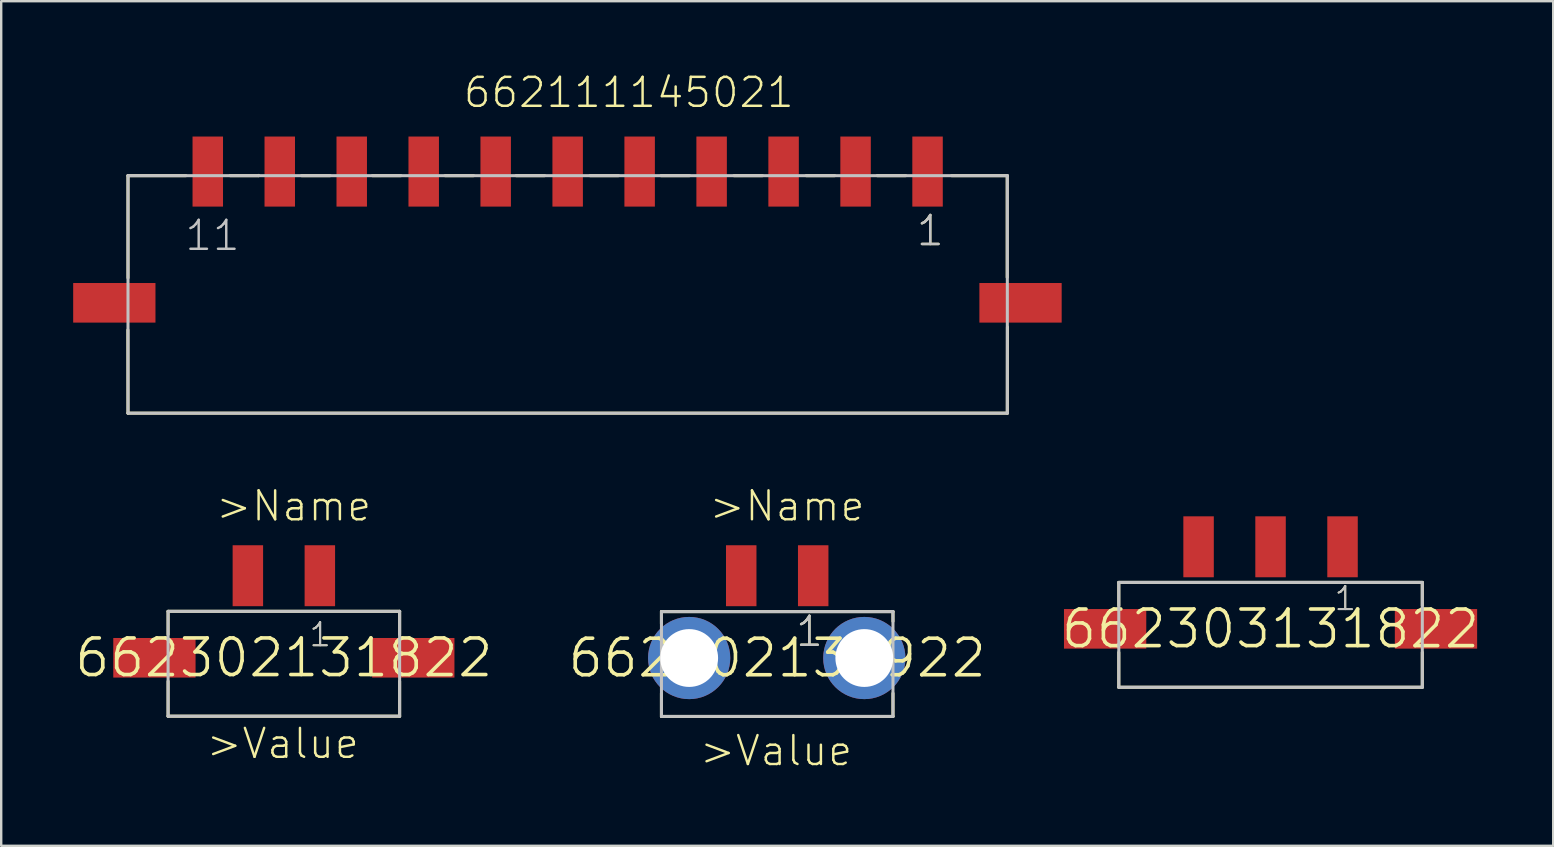
<source format=kicad_pcb>
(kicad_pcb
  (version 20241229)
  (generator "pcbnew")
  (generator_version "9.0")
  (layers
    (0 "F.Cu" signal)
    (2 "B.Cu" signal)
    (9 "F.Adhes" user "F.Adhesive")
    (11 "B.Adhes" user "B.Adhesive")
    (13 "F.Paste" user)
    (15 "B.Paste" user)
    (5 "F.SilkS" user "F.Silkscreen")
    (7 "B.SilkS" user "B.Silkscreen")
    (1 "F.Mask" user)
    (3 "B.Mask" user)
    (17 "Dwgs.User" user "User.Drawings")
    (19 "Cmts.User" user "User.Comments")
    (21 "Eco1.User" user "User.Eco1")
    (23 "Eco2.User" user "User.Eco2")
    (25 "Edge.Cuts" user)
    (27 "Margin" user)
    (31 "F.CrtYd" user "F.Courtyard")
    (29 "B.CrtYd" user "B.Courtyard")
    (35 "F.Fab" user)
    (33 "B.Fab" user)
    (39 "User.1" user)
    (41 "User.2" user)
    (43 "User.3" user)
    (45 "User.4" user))
  (footprint "662303131822"
    (layer "F.Cu")
    (at 49.906 23.16)
    (property "Reference" "662303131822" (at 0 0 0) (layer "F.SilkS") (effects (font (size 1.524 1.524) (thickness 0.15))))
    (attr through_hole)
    (fp_line (start -6.325 -1.935) (end 6.325 -1.935) (stroke (width 0.127) (type solid)) (layer "F.SilkS"))
    (fp_line (start -6.325 -0.97) (end -6.325 -1.935) (stroke (width 0.127) (type solid)) (layer "F.SilkS"))
    (fp_line (start -6.325 0.98) (end -6.325 2.435) (stroke (width 0.127) (type solid)) (layer "F.SilkS"))
    (fp_line (start -6.325 2.435) (end 6.325 2.435) (stroke (width 0.127) (type solid)) (layer "F.SilkS"))
    (fp_line (start 6.325 -1.935) (end 6.325 -0.97) (stroke (width 0.127) (type solid)) (layer "F.SilkS"))
    (fp_line (start 6.325 2.435) (end 6.325 0.98) (stroke (width 0.127) (type solid)) (layer "F.SilkS"))
    (fp_line (start -6.325 -1.935) (end -6.325 2.435) (stroke (width 0.127) (type solid)) (layer "Dwgs.User"))
    (fp_line (start -6.325 -1.935) (end 6.325 -1.935) (stroke (width 0.127) (type solid)) (layer "Dwgs.User"))
    (fp_line (start -6.325 2.435) (end 6.325 2.435) (stroke (width 0.127) (type solid)) (layer "Dwgs.User"))
    (fp_line (start 6.325 2.435) (end 6.325 -1.935) (stroke (width 0.127) (type solid)) (layer "Dwgs.User"))
    (fp_text user "" (at -4.8 4.38 0) (layer "F.SilkS") (effects (font (size 1.206 1.206) (thickness 0.102)) (justify left bottom)))
    (fp_text user "1" (at 2.6 -0.7 0) (layer "F.SilkS") (effects (font (size 0.965 0.965) (thickness 0.081)) (justify left bottom)))
    (fp_text user "" (at -4.4 -5.62 0) (layer "F.SilkS") (effects (font (size 1.206 1.206) (thickness 0.102)) (justify left bottom)))
    (fp_text user "1" (at 2.6 -0.7 0) (layer "Dwgs.User") (effects (font (size 0.965 0.965) (thickness 0.081)) (justify left bottom)))
    (pad "1" smd rect (at 3 -3.42 90) (size 2.54 1.27) (layers "F.Cu" "F.Mask" "F.Paste"))
    (pad "2" smd rect (at 0 -3.42 90) (size 2.54 1.27) (layers "F.Cu" "F.Mask" "F.Paste"))
    (pad "3" smd rect (at -3 -3.42 90) (size 2.54 1.27) (layers "F.Cu" "F.Mask" "F.Paste"))
    (pad "Z1" smd rect (at -6.895 0) (size 3.43 1.65) (layers "F.Cu" "F.Mask" "F.Paste"))
    (pad "Z2" smd rect (at 6.895 0) (size 3.43 1.65) (layers "F.Cu" "F.Mask" "F.Paste")))
  (footprint "662302135922"
    (layer "F.Cu")
    (at 29.344 24.376)
    (property "Reference" "662302135922" (at 0 0 0) (layer "F.SilkS") (effects (font (size 1.524 1.524) (thickness 0.15))))
    (attr through_hole)
    (fp_line (start -4.825 -1.935) (end 4.825 -1.935) (stroke (width 0.127) (type solid)) (layer "F.SilkS"))
    (fp_line (start -4.825 -1.43) (end -4.825 -1.935) (stroke (width 0.127) (type solid)) (layer "F.SilkS"))
    (fp_line (start -4.825 1.47) (end -4.825 2.435) (stroke (width 0.127) (type solid)) (layer "F.SilkS"))
    (fp_line (start -4.825 2.435) (end 4.825 2.435) (stroke (width 0.127) (type solid)) (layer "F.SilkS"))
    (fp_line (start 4.825 -1.935) (end 4.825 -1.53) (stroke (width 0.127) (type solid)) (layer "F.SilkS"))
    (fp_line (start 4.825 2.435) (end 4.825 1.47) (stroke (width 0.127) (type solid)) (layer "F.SilkS"))
    (fp_line (start -4.825 -1.935) (end -4.825 2.435) (stroke (width 0.127) (type solid)) (layer "Dwgs.User"))
    (fp_line (start -4.825 -1.935) (end 4.825 -1.935) (stroke (width 0.127) (type solid)) (layer "Dwgs.User"))
    (fp_line (start -4.825 2.435) (end 4.825 2.435) (stroke (width 0.127) (type solid)) (layer "Dwgs.User"))
    (fp_line (start 4.825 2.435) (end 4.825 -1.935) (stroke (width 0.127) (type solid)) (layer "Dwgs.User"))
    (fp_text user ">Value" (at -3.3 4.57 0) (layer "F.SilkS") (effects (font (size 1.206 1.206) (thickness 0.102)) (justify left bottom)))
    (fp_text user "1" (at 0.7 -0.4 0) (layer "F.SilkS") (effects (font (size 1.206 1.206) (thickness 0.102)) (justify left bottom)))
    (fp_text user ">Name" (at -2.9 -5.63 0) (layer "F.SilkS") (effects (font (size 1.206 1.206) (thickness 0.102)) (justify left bottom)))
    (fp_text user "1" (at 0.7 -0.4 0) (layer "Dwgs.User") (effects (font (size 1.206 1.206) (thickness 0.102)) (justify left bottom)))
    (pad "1" smd rect (at 1.5 -3.43 90) (size 2.54 1.27) (layers "F.Cu" "F.Mask" "F.Paste"))
    (pad "2" smd rect (at -1.5 -3.43 90) (size 2.54 1.27) (layers "F.Cu" "F.Mask" "F.Paste"))
    (pad "Z1" thru_hole circle (at -3.67 0) (size 3.426 3.426) (drill 2.41) (layers "*.Cu" "*.Mask"))
    (pad "Z2" thru_hole circle (at 3.63 0) (size 3.426 3.426) (drill 2.41) (layers "*.Cu" "*.Mask")))
  (footprint "662111145021"
    (layer "F.Cu")
    (at 20.61 9.571)
    (property "Reference" "662111145021" (at -4.41 -8.06 0) (layer "F.SilkS") (effects (font (size 1.206 1.206) (thickness 0.102)) (justify left bottom)))
    (attr through_hole)
    (fp_line (start -18.33 1.13) (end -18.325 4.6) (stroke (width 0.127) (type solid)) (layer "F.SilkS"))
    (fp_line (start -18.325 -5.3) (end -18.325 -1.04) (stroke (width 0.127) (type solid)) (layer "F.SilkS"))
    (fp_line (start -18.325 4.6) (end 18.325 4.6) (stroke (width 0.127) (type solid)) (layer "F.SilkS"))
    (fp_line (start -15.91 -5.3) (end -18.325 -5.3) (stroke (width 0.127) (type solid)) (layer "F.SilkS"))
    (fp_line (start -14.07 -5.3) (end -12.88 -5.3) (stroke (width 0.127) (type solid)) (layer "F.SilkS"))
    (fp_line (start -12.88 -5.3) (end -12.88 -5.31) (stroke (width 0.127) (type solid)) (layer "F.SilkS"))
    (fp_line (start -11.09 -5.3) (end -9.9 -5.3) (stroke (width 0.127) (type solid)) (layer "F.SilkS"))
    (fp_line (start -8.14 -5.3) (end -6.95 -5.3) (stroke (width 0.127) (type solid)) (layer "F.SilkS"))
    (fp_line (start -5.11 -5.3) (end -3.92 -5.3) (stroke (width 0.127) (type solid)) (layer "F.SilkS"))
    (fp_line (start -2.15 -5.3) (end -0.96 -5.3) (stroke (width 0.127) (type solid)) (layer "F.SilkS"))
    (fp_line (start 0.93 -5.3) (end 2.12 -5.3) (stroke (width 0.127) (type solid)) (layer "F.SilkS"))
    (fp_line (start 3.89 -5.3) (end 5.08 -5.3) (stroke (width 0.127) (type solid)) (layer "F.SilkS"))
    (fp_line (start 6.93 -5.3) (end 8.12 -5.3) (stroke (width 0.127) (type solid)) (layer "F.SilkS"))
    (fp_line (start 9.94 -5.3) (end 11.13 -5.3) (stroke (width 0.127) (type solid)) (layer "F.SilkS"))
    (fp_line (start 12.9 -5.3) (end 14.09 -5.3) (stroke (width 0.127) (type solid)) (layer "F.SilkS"))
    (fp_line (start 16 -5.3) (end 18.32 -5.3) (stroke (width 0.127) (type solid)) (layer "F.SilkS"))
    (fp_line (start 18.32 -5.3) (end 18.32 -1.06) (stroke (width 0.127) (type solid)) (layer "F.SilkS"))
    (fp_line (start 18.325 4.6) (end 18.33 1.01) (stroke (width 0.127) (type solid)) (layer "F.SilkS"))
    (fp_line (start -18.325 -5.3) (end 18.325 -5.3) (stroke (width 0.127) (type solid)) (layer "Dwgs.User"))
    (fp_line (start -18.325 4.6) (end -18.325 -5.3) (stroke (width 0.127) (type solid)) (layer "Dwgs.User"))
    (fp_line (start 18.325 -5.3) (end 18.325 4.6) (stroke (width 0.127) (type solid)) (layer "Dwgs.User"))
    (fp_line (start 18.325 4.6) (end -18.325 4.6) (stroke (width 0.127) (type solid)) (layer "Dwgs.User"))
    (fp_text user "1" (at 14.47 -2.3 0) (layer "F.SilkS") (effects (font (size 1.206 1.206) (thickness 0.102)) (justify left bottom)))
    (fp_text user "1" (at 14.47 -2.3 0) (layer "Dwgs.User") (effects (font (size 1.206 1.206) (thickness 0.102)) (justify left bottom)))
    (fp_text user "11" (at -16.02 -2.1 0) (layer "Dwgs.User") (effects (font (size 1.206 1.206) (thickness 0.102)) (justify left bottom)))
    (pad "1" smd rect (at 15 -5.47 90) (size 2.92 1.27) (layers "F.Cu" "F.Mask" "F.Paste"))
    (pad "2" smd rect (at 12 -5.47 90) (size 2.92 1.27) (layers "F.Cu" "F.Mask" "F.Paste"))
    (pad "3" smd rect (at 9 -5.47 90) (size 2.92 1.27) (layers "F.Cu" "F.Mask" "F.Paste"))
    (pad "4" smd rect (at 6 -5.47 90) (size 2.92 1.27) (layers "F.Cu" "F.Mask" "F.Paste"))
    (pad "5" smd rect (at 3 -5.47 90) (size 2.92 1.27) (layers "F.Cu" "F.Mask" "F.Paste"))
    (pad "6" smd rect (at 0 -5.47 90) (size 2.92 1.27) (layers "F.Cu" "F.Mask" "F.Paste"))
    (pad "7" smd rect (at -3 -5.47 90) (size 2.92 1.27) (layers "F.Cu" "F.Mask" "F.Paste"))
    (pad "8" smd rect (at -6 -5.47 90) (size 2.92 1.27) (layers "F.Cu" "F.Mask" "F.Paste"))
    (pad "9" smd rect (at -9 -5.47 90) (size 2.92 1.27) (layers "F.Cu" "F.Mask" "F.Paste"))
    (pad "10" smd rect (at -12 -5.47 90) (size 2.92 1.27) (layers "F.Cu" "F.Mask" "F.Paste"))
    (pad "11" smd rect (at -15 -5.47 90) (size 2.92 1.27) (layers "F.Cu" "F.Mask" "F.Paste"))
    (pad "M1" smd rect (at 18.875 0) (size 3.43 1.65) (layers "F.Cu" "F.Mask" "F.Paste"))
    (pad "M2" smd rect (at -18.895 0) (size 3.43 1.65) (layers "F.Cu" "F.Mask" "F.Paste")))
  (footprint "662302131822"
    (layer "F.Cu")
    (at 8.781 24.366)
    (property "Reference" "662302131822" (at 0 0 0) (layer "F.SilkS") (effects (font (size 1.524 1.524) (thickness 0.15))))
    (attr through_hole)
    (fp_line (start -4.825 -1.935) (end 4.825 -1.935) (stroke (width 0.127) (type solid)) (layer "F.SilkS"))
    (fp_line (start -4.825 -0.97) (end -4.825 -1.935) (stroke (width 0.127) (type solid)) (layer "F.SilkS"))
    (fp_line (start -4.825 0.98) (end -4.825 2.435) (stroke (width 0.127) (type solid)) (layer "F.SilkS"))
    (fp_line (start -4.825 2.435) (end 4.825 2.435) (stroke (width 0.127) (type solid)) (layer "F.SilkS"))
    (fp_line (start 4.825 -1.935) (end 4.825 -0.97) (stroke (width 0.127) (type solid)) (layer "F.SilkS"))
    (fp_line (start 4.825 2.435) (end 4.825 0.98) (stroke (width 0.127) (type solid)) (layer "F.SilkS"))
    (fp_line (start -4.825 -1.935) (end -4.825 2.435) (stroke (width 0.127) (type solid)) (layer "Dwgs.User"))
    (fp_line (start -4.825 -1.935) (end 4.825 -1.935) (stroke (width 0.127) (type solid)) (layer "Dwgs.User"))
    (fp_line (start -4.825 2.435) (end 4.825 2.435) (stroke (width 0.127) (type solid)) (layer "Dwgs.User"))
    (fp_line (start 4.825 2.435) (end 4.825 -1.935) (stroke (width 0.127) (type solid)) (layer "Dwgs.User"))
    (fp_text user ">Value" (at -3.3 4.28 0) (layer "F.SilkS") (effects (font (size 1.206 1.206) (thickness 0.102)) (justify left bottom)))
    (fp_text user "1" (at 1 -0.4 0) (layer "F.SilkS") (effects (font (size 0.965 0.965) (thickness 0.081)) (justify left bottom)))
    (fp_text user ">Name" (at -2.9 -5.62 0) (layer "F.SilkS") (effects (font (size 1.206 1.206) (thickness 0.102)) (justify left bottom)))
    (fp_text user "1" (at 1 -0.4 0) (layer "Dwgs.User") (effects (font (size 0.965 0.965) (thickness 0.081)) (justify left bottom)))
    (pad "1" smd rect (at 1.5 -3.42 90) (size 2.54 1.27) (layers "F.Cu" "F.Mask" "F.Paste"))
    (pad "2" smd rect (at -1.5 -3.42 90) (size 2.54 1.27) (layers "F.Cu" "F.Mask" "F.Paste"))
    (pad "Z1" smd rect (at -5.395 0) (size 3.43 1.65) (layers "F.Cu" "F.Mask" "F.Paste"))
    (pad "Z2" smd rect (at 5.395 0) (size 3.43 1.65) (layers "F.Cu" "F.Mask" "F.Paste")))
  (gr_rect
    (start -3 -3)
    (end 61.687 32.203)
    (stroke (width 0.1) (type default))
    (fill no)
    (layer "Edge.Cuts")))
</source>
